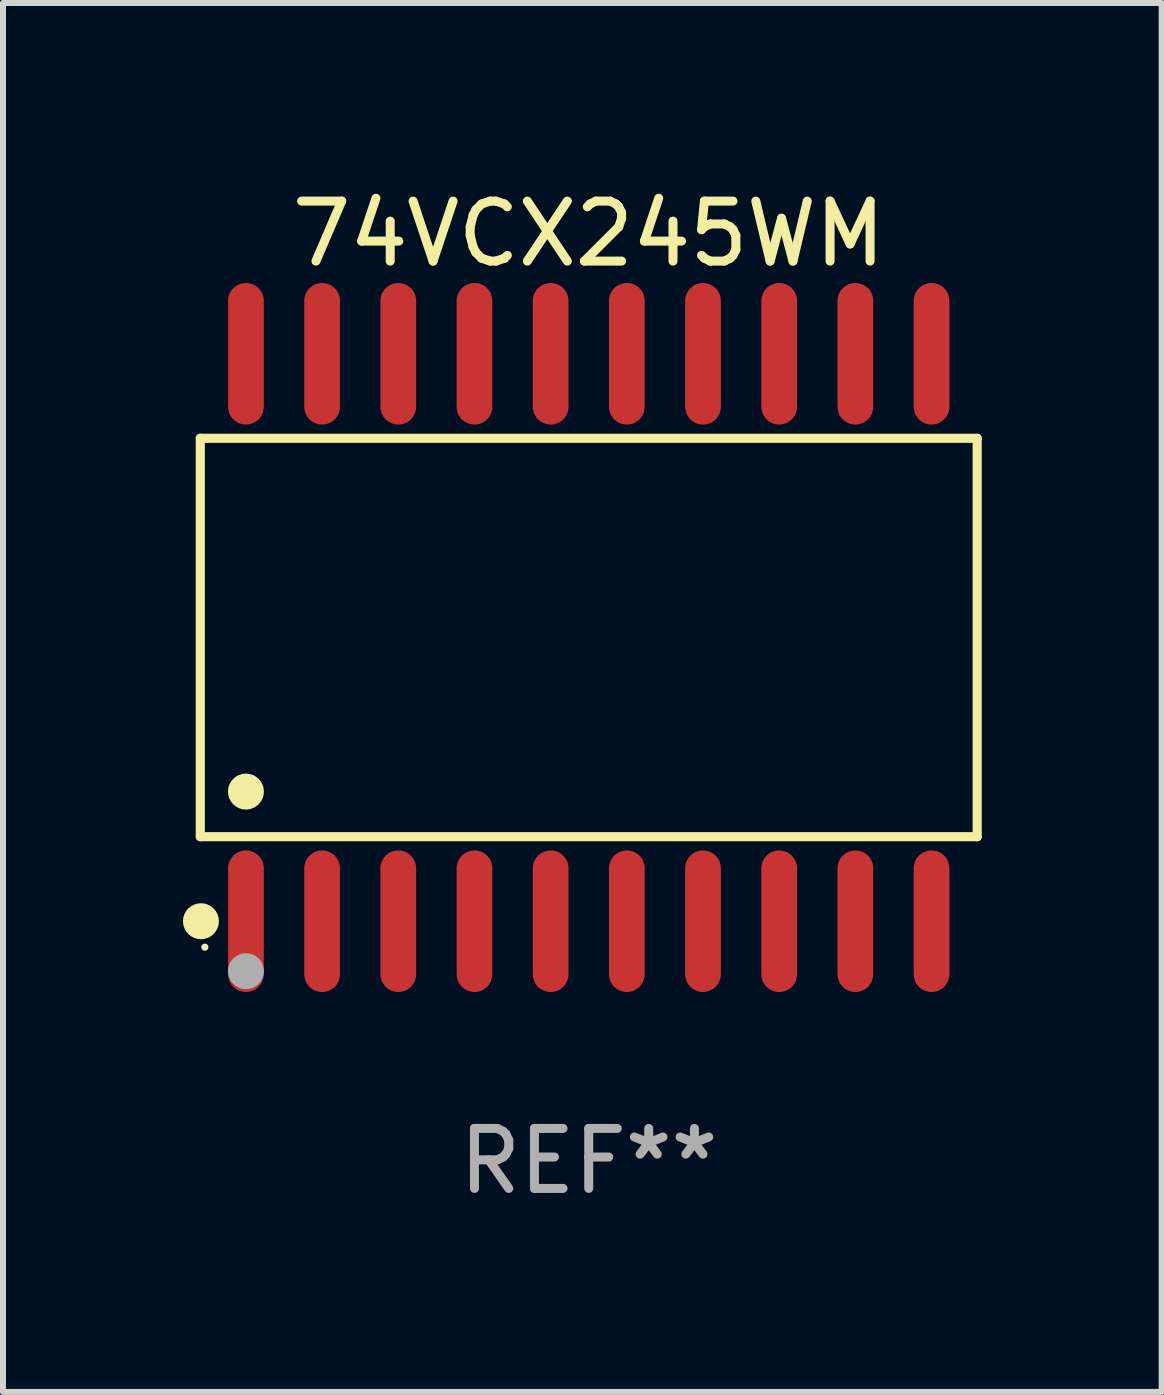
<source format=kicad_pcb>
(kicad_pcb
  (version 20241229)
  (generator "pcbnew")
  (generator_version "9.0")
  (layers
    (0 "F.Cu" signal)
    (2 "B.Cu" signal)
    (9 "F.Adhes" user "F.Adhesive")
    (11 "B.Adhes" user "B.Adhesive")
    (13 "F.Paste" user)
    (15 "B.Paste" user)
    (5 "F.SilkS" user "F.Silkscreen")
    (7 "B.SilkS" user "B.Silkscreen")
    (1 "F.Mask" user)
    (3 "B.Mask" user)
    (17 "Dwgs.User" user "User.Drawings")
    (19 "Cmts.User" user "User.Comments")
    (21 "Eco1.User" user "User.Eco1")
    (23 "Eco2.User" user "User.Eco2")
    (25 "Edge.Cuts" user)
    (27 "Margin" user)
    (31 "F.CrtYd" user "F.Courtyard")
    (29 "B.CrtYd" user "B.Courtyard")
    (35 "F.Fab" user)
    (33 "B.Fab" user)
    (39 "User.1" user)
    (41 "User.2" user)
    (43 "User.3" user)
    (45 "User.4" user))
  (footprint "74VCX245WM"
    (layer "F.Cu")
    (at 6.765 7.578)
    (property "Reference" "74VCX245WM" (at 0 -6.73 0) (layer "F.SilkS") (effects (font (size 1 1) (thickness 0.15))))
    (attr through_hole)
    (fp_line (start -6.476 -3.321) (end 6.476 -3.321) (stroke (width 0.152) (type solid)) (layer "F.SilkS"))
    (fp_line (start -6.476 3.321) (end -6.476 -3.321) (stroke (width 0.152) (type solid)) (layer "F.SilkS"))
    (fp_line (start 6.476 -3.321) (end 6.476 3.321) (stroke (width 0.152) (type solid)) (layer "F.SilkS"))
    (fp_line (start 6.476 3.321) (end -6.476 3.321) (stroke (width 0.152) (type solid)) (layer "F.SilkS"))
    (fp_circle (center -6.465 4.73) (end -6.315 4.73) (stroke (width 0.3) (type solid)) (fill no) (layer "F.SilkS"))
    (fp_circle (center -6.4 5.163) (end -6.37 5.163) (stroke (width 0.06) (type solid)) (fill no) (layer "F.SilkS"))
    (fp_circle (center -5.715 2.569) (end -5.565 2.569) (stroke (width 0.3) (type solid)) (fill no) (layer "F.SilkS"))
    (fp_circle (center -5.715 5.563) (end -5.565 5.563) (stroke (width 0.3) (type solid)) (fill no) (layer "F.Fab"))
    (fp_text user "REF**" (at 0 8.73 0) (layer "F.Fab") (effects (font (size 1 1) (thickness 0.15))))
    (pad "1" smd oval (at -5.715 4.73) (size 0.595 2.36) (layers "F.Cu" "F.Mask" "F.Paste"))
    (pad "2" smd oval (at -4.445 4.73) (size 0.595 2.36) (layers "F.Cu" "F.Mask" "F.Paste"))
    (pad "3" smd oval (at -3.175 4.73) (size 0.595 2.36) (layers "F.Cu" "F.Mask" "F.Paste"))
    (pad "4" smd oval (at -1.905 4.73) (size 0.595 2.36) (layers "F.Cu" "F.Mask" "F.Paste"))
    (pad "5" smd oval (at -0.635 4.73) (size 0.595 2.36) (layers "F.Cu" "F.Mask" "F.Paste"))
    (pad "6" smd oval (at 0.635 4.73) (size 0.595 2.36) (layers "F.Cu" "F.Mask" "F.Paste"))
    (pad "7" smd oval (at 1.905 4.73) (size 0.595 2.36) (layers "F.Cu" "F.Mask" "F.Paste"))
    (pad "8" smd oval (at 3.175 4.73) (size 0.595 2.36) (layers "F.Cu" "F.Mask" "F.Paste"))
    (pad "9" smd oval (at 4.445 4.73) (size 0.595 2.36) (layers "F.Cu" "F.Mask" "F.Paste"))
    (pad "10" smd oval (at 5.715 4.73) (size 0.595 2.36) (layers "F.Cu" "F.Mask" "F.Paste"))
    (pad "11" smd oval (at 5.715 -4.73) (size 0.595 2.36) (layers "F.Cu" "F.Mask" "F.Paste"))
    (pad "12" smd oval (at 4.445 -4.73) (size 0.595 2.36) (layers "F.Cu" "F.Mask" "F.Paste"))
    (pad "13" smd oval (at 3.175 -4.73) (size 0.595 2.36) (layers "F.Cu" "F.Mask" "F.Paste"))
    (pad "14" smd oval (at 1.905 -4.73) (size 0.595 2.36) (layers "F.Cu" "F.Mask" "F.Paste"))
    (pad "15" smd oval (at 0.635 -4.73) (size 0.595 2.36) (layers "F.Cu" "F.Mask" "F.Paste"))
    (pad "16" smd oval (at -0.635 -4.73) (size 0.595 2.36) (layers "F.Cu" "F.Mask" "F.Paste"))
    (pad "17" smd oval (at -1.905 -4.73) (size 0.595 2.36) (layers "F.Cu" "F.Mask" "F.Paste"))
    (pad "18" smd oval (at -3.175 -4.73) (size 0.595 2.36) (layers "F.Cu" "F.Mask" "F.Paste"))
    (pad "19" smd oval (at -4.445 -4.73) (size 0.595 2.36) (layers "F.Cu" "F.Mask" "F.Paste"))
    (pad "20" smd oval (at -5.715 -4.73) (size 0.595 2.36) (layers "F.Cu" "F.Mask" "F.Paste")))
  (gr_rect
    (start -3 -3)
    (end 16.317 20.156)
    (stroke (width 0.1) (type default))
    (fill no)
    (layer "Edge.Cuts")))
</source>
